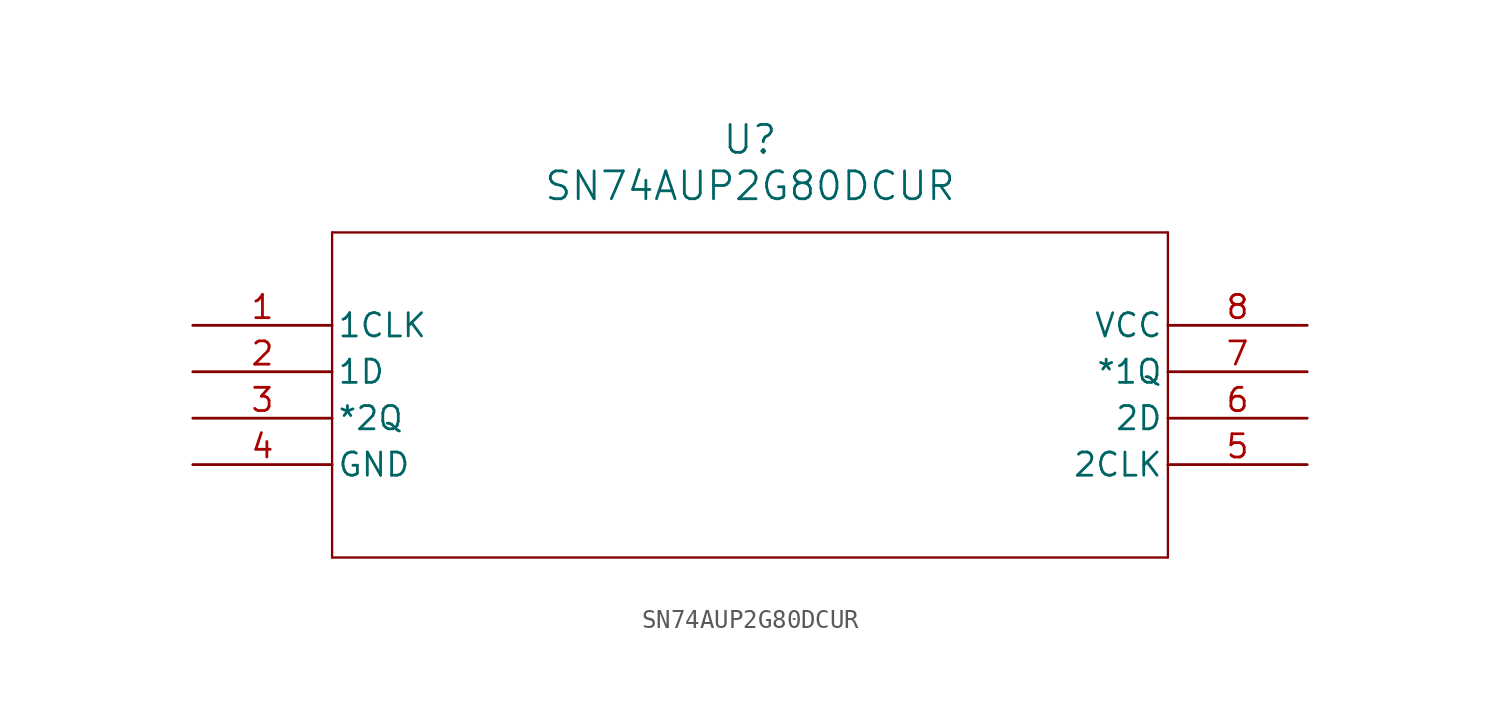
<source format=kicad_sym>
(kicad_symbol_lib
  (version 20211014)
  (generator kicad_symbol_editor)
  (symbol "SN74AUP2G80DCUR"
    (pin_names
      (offset 0.254))
    (property "Reference" "U"
      (at 30.48 10.16 0)
      (effects (font (size 1.524 1.524))))
    (property "Value" "SN74AUP2G80DCUR"
      (at 30.48 7.62 0)
      (effects (font (size 1.524 1.524))))
    (symbol "SN74AUP2G80DCUR_0_1"
      (polyline (pts (xy 7.62 5.08) (xy 7.62 -12.7)) (stroke (width 0.127) (type default) (color 0 0 0 0)) (fill (type none)))
      (polyline (pts (xy 7.62 -12.7) (xy 53.34 -12.7)) (stroke (width 0.127) (type default) (color 0 0 0 0)) (fill (type none)))
      (polyline (pts (xy 53.34 -12.7) (xy 53.34 5.08)) (stroke (width 0.127) (type default) (color 0 0 0 0)) (fill (type none)))
      (polyline (pts (xy 53.34 5.08) (xy 7.62 5.08)) (stroke (width 0.127) (type default) (color 0 0 0 0)) (fill (type none)))
      (pin input line (at 0 0 0) (length 7.62) (name "1CLK" (effects (font (size 1.27 1.27)))) (number "1" (effects (font (size 1.27 1.27)))))
      (pin input line (at 0 -2.54 0) (length 7.62) (name "1D" (effects (font (size 1.27 1.27)))) (number "2" (effects (font (size 1.27 1.27)))))
      (pin output line (at 0 -5.08 0) (length 7.62) (name "*2Q" (effects (font (size 1.27 1.27)))) (number "3" (effects (font (size 1.27 1.27)))))
      (pin power_in line (at 0 -7.62 0) (length 7.62) (name "GND" (effects (font (size 1.27 1.27)))) (number "4" (effects (font (size 1.27 1.27)))))
      (pin input line (at 60.96 -7.62 180) (length 7.62) (name "2CLK" (effects (font (size 1.27 1.27)))) (number "5" (effects (font (size 1.27 1.27)))))
      (pin input line (at 60.96 -5.08 180) (length 7.62) (name "2D" (effects (font (size 1.27 1.27)))) (number "6" (effects (font (size 1.27 1.27)))))
      (pin output line (at 60.96 -2.54 180) (length 7.62) (name "*1Q" (effects (font (size 1.27 1.27)))) (number "7" (effects (font (size 1.27 1.27)))))
      (pin power_in line (at 60.96 0 180) (length 7.62) (name "VCC" (effects (font (size 1.27 1.27)))) (number "8" (effects (font (size 1.27 1.27))))))))
</source>
